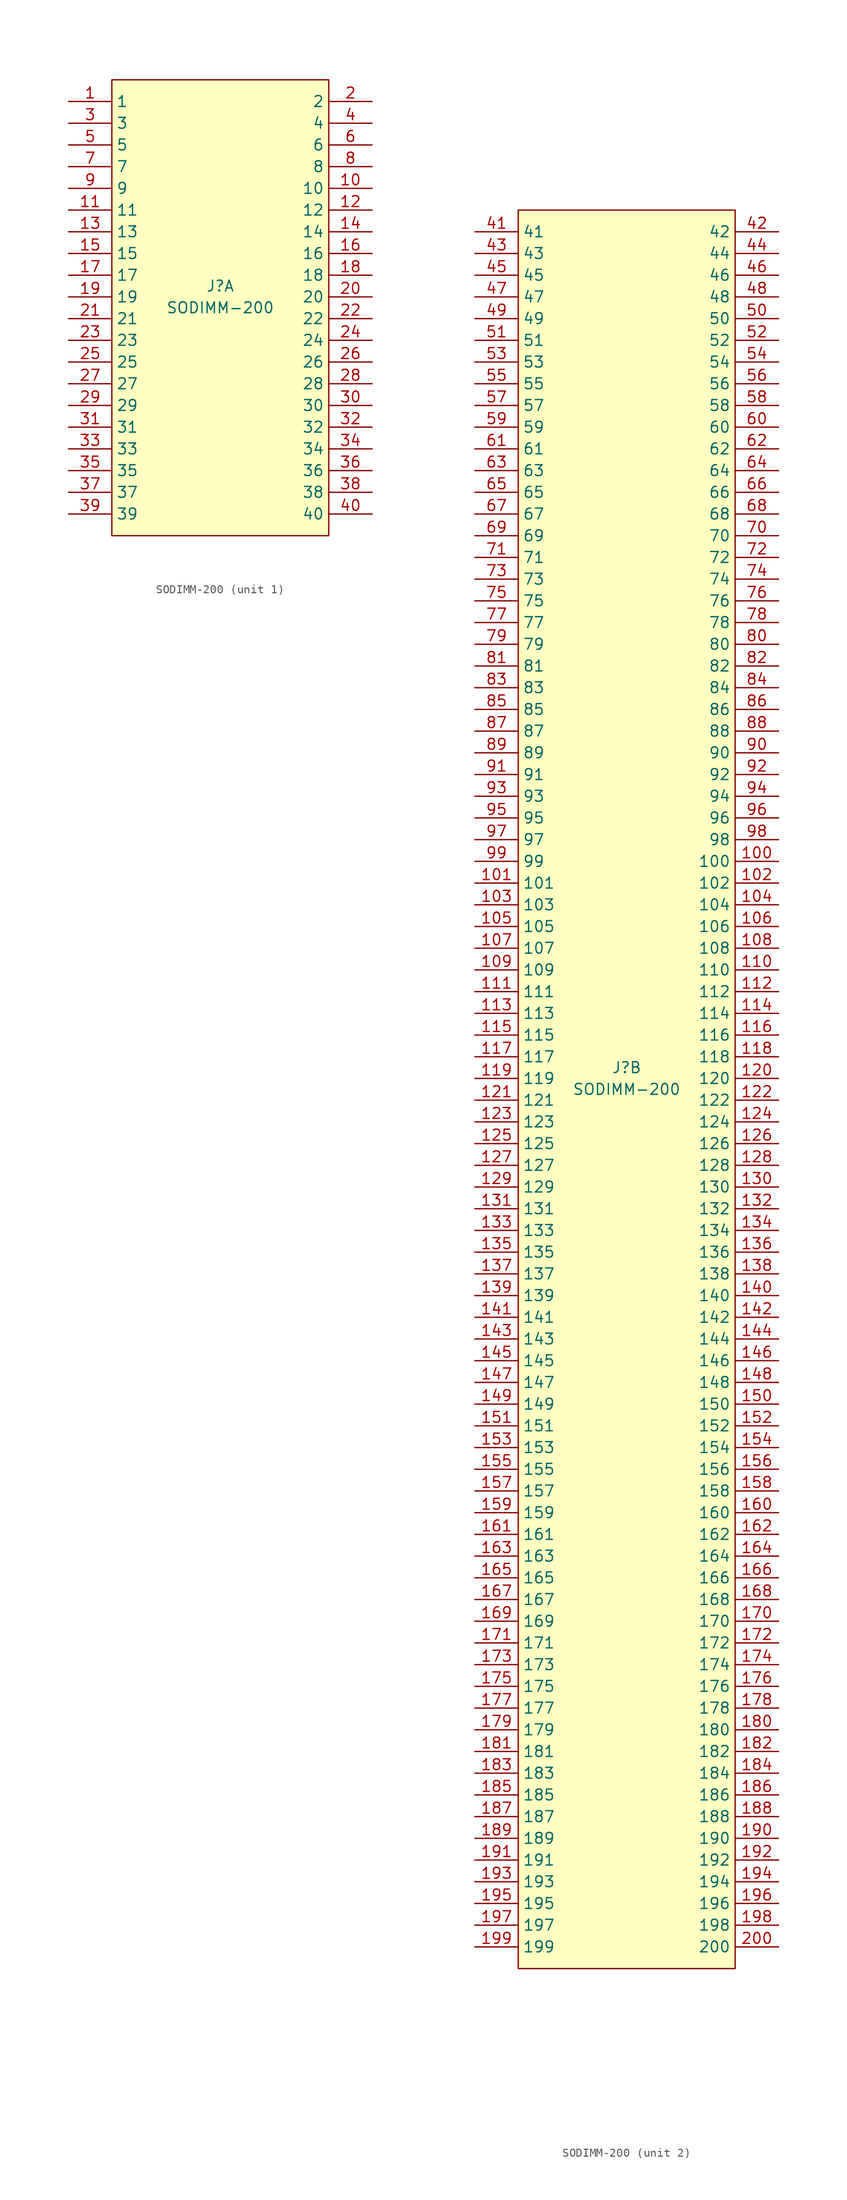
<source format=kicad_sym>
(kicad_symbol_lib
  (version 20211014)
  (generator kicad_symbol_editor)
  (symbol "SODIMM-200"
    (property "Reference" "J"
      (at 0 1.27 0)
      (effects (font (size 1.27 1.27))))
    (property "Value" "SODIMM-200"
      (at 0 -1.27 0)
      (effects (font (size 1.27 1.27))))
    (property "ki_locked" ""
      (at 0 0 0)
      (effects (font (size 1.27 1.27))))
    (symbol "SODIMM-200_1_1"
      (rectangle (start -12.7 25.4) (end 12.7 -27.94) (stroke (width 0) (type default) (color 0 0 0 0)) (fill (type background)))
      (pin passive line (at -17.78 22.86 0) (length 5.08) (name "1" (effects (font (size 1.27 1.27)))) (number "1" (effects (font (size 1.27 1.27)))))
      (pin passive line (at 17.78 12.7 180) (length 5.08) (name "10" (effects (font (size 1.27 1.27)))) (number "10" (effects (font (size 1.27 1.27)))))
      (pin passive line (at -17.78 10.16 0) (length 5.08) (name "11" (effects (font (size 1.27 1.27)))) (number "11" (effects (font (size 1.27 1.27)))))
      (pin passive line (at 17.78 10.16 180) (length 5.08) (name "12" (effects (font (size 1.27 1.27)))) (number "12" (effects (font (size 1.27 1.27)))))
      (pin passive line (at -17.78 7.62 0) (length 5.08) (name "13" (effects (font (size 1.27 1.27)))) (number "13" (effects (font (size 1.27 1.27)))))
      (pin passive line (at 17.78 7.62 180) (length 5.08) (name "14" (effects (font (size 1.27 1.27)))) (number "14" (effects (font (size 1.27 1.27)))))
      (pin passive line (at -17.78 5.08 0) (length 5.08) (name "15" (effects (font (size 1.27 1.27)))) (number "15" (effects (font (size 1.27 1.27)))))
      (pin passive line (at 17.78 5.08 180) (length 5.08) (name "16" (effects (font (size 1.27 1.27)))) (number "16" (effects (font (size 1.27 1.27)))))
      (pin passive line (at -17.78 2.54 0) (length 5.08) (name "17" (effects (font (size 1.27 1.27)))) (number "17" (effects (font (size 1.27 1.27)))))
      (pin passive line (at 17.78 2.54 180) (length 5.08) (name "18" (effects (font (size 1.27 1.27)))) (number "18" (effects (font (size 1.27 1.27)))))
      (pin passive line (at -17.78 0 0) (length 5.08) (name "19" (effects (font (size 1.27 1.27)))) (number "19" (effects (font (size 1.27 1.27)))))
      (pin passive line (at 17.78 22.86 180) (length 5.08) (name "2" (effects (font (size 1.27 1.27)))) (number "2" (effects (font (size 1.27 1.27)))))
      (pin passive line (at 17.78 0 180) (length 5.08) (name "20" (effects (font (size 1.27 1.27)))) (number "20" (effects (font (size 1.27 1.27)))))
      (pin passive line (at -17.78 -2.54 0) (length 5.08) (name "21" (effects (font (size 1.27 1.27)))) (number "21" (effects (font (size 1.27 1.27)))))
      (pin passive line (at 17.78 -2.54 180) (length 5.08) (name "22" (effects (font (size 1.27 1.27)))) (number "22" (effects (font (size 1.27 1.27)))))
      (pin passive line (at -17.78 -5.08 0) (length 5.08) (name "23" (effects (font (size 1.27 1.27)))) (number "23" (effects (font (size 1.27 1.27)))))
      (pin passive line (at 17.78 -5.08 180) (length 5.08) (name "24" (effects (font (size 1.27 1.27)))) (number "24" (effects (font (size 1.27 1.27)))))
      (pin passive line (at -17.78 -7.62 0) (length 5.08) (name "25" (effects (font (size 1.27 1.27)))) (number "25" (effects (font (size 1.27 1.27)))))
      (pin passive line (at 17.78 -7.62 180) (length 5.08) (name "26" (effects (font (size 1.27 1.27)))) (number "26" (effects (font (size 1.27 1.27)))))
      (pin passive line (at -17.78 -10.16 0) (length 5.08) (name "27" (effects (font (size 1.27 1.27)))) (number "27" (effects (font (size 1.27 1.27)))))
      (pin passive line (at 17.78 -10.16 180) (length 5.08) (name "28" (effects (font (size 1.27 1.27)))) (number "28" (effects (font (size 1.27 1.27)))))
      (pin passive line (at -17.78 -12.7 0) (length 5.08) (name "29" (effects (font (size 1.27 1.27)))) (number "29" (effects (font (size 1.27 1.27)))))
      (pin passive line (at -17.78 20.32 0) (length 5.08) (name "3" (effects (font (size 1.27 1.27)))) (number "3" (effects (font (size 1.27 1.27)))))
      (pin passive line (at 17.78 -12.7 180) (length 5.08) (name "30" (effects (font (size 1.27 1.27)))) (number "30" (effects (font (size 1.27 1.27)))))
      (pin passive line (at -17.78 -15.24 0) (length 5.08) (name "31" (effects (font (size 1.27 1.27)))) (number "31" (effects (font (size 1.27 1.27)))))
      (pin passive line (at 17.78 -15.24 180) (length 5.08) (name "32" (effects (font (size 1.27 1.27)))) (number "32" (effects (font (size 1.27 1.27)))))
      (pin passive line (at -17.78 -17.78 0) (length 5.08) (name "33" (effects (font (size 1.27 1.27)))) (number "33" (effects (font (size 1.27 1.27)))))
      (pin passive line (at 17.78 -17.78 180) (length 5.08) (name "34" (effects (font (size 1.27 1.27)))) (number "34" (effects (font (size 1.27 1.27)))))
      (pin passive line (at -17.78 -20.32 0) (length 5.08) (name "35" (effects (font (size 1.27 1.27)))) (number "35" (effects (font (size 1.27 1.27)))))
      (pin passive line (at 17.78 -20.32 180) (length 5.08) (name "36" (effects (font (size 1.27 1.27)))) (number "36" (effects (font (size 1.27 1.27)))))
      (pin passive line (at -17.78 -22.86 0) (length 5.08) (name "37" (effects (font (size 1.27 1.27)))) (number "37" (effects (font (size 1.27 1.27)))))
      (pin passive line (at 17.78 -22.86 180) (length 5.08) (name "38" (effects (font (size 1.27 1.27)))) (number "38" (effects (font (size 1.27 1.27)))))
      (pin passive line (at -17.78 -25.4 0) (length 5.08) (name "39" (effects (font (size 1.27 1.27)))) (number "39" (effects (font (size 1.27 1.27)))))
      (pin passive line (at 17.78 20.32 180) (length 5.08) (name "4" (effects (font (size 1.27 1.27)))) (number "4" (effects (font (size 1.27 1.27)))))
      (pin passive line (at 17.78 -25.4 180) (length 5.08) (name "40" (effects (font (size 1.27 1.27)))) (number "40" (effects (font (size 1.27 1.27)))))
      (pin passive line (at -17.78 17.78 0) (length 5.08) (name "5" (effects (font (size 1.27 1.27)))) (number "5" (effects (font (size 1.27 1.27)))))
      (pin passive line (at 17.78 17.78 180) (length 5.08) (name "6" (effects (font (size 1.27 1.27)))) (number "6" (effects (font (size 1.27 1.27)))))
      (pin passive line (at -17.78 15.24 0) (length 5.08) (name "7" (effects (font (size 1.27 1.27)))) (number "7" (effects (font (size 1.27 1.27)))))
      (pin passive line (at 17.78 15.24 180) (length 5.08) (name "8" (effects (font (size 1.27 1.27)))) (number "8" (effects (font (size 1.27 1.27)))))
      (pin passive line (at -17.78 12.7 0) (length 5.08) (name "9" (effects (font (size 1.27 1.27)))) (number "9" (effects (font (size 1.27 1.27))))))
    (symbol "SODIMM-200_2_1"
      (rectangle (start -12.7 -104.14) (end 12.7 101.6) (stroke (width 0) (type default) (color 0 0 0 0)) (fill (type background)))
      (pin passive line (at 17.78 25.4 180) (length 5.08) (name "100" (effects (font (size 1.27 1.27)))) (number "100" (effects (font (size 1.27 1.27)))))
      (pin passive line (at -17.78 22.86 0) (length 5.08) (name "101" (effects (font (size 1.27 1.27)))) (number "101" (effects (font (size 1.27 1.27)))))
      (pin passive line (at 17.78 22.86 180) (length 5.08) (name "102" (effects (font (size 1.27 1.27)))) (number "102" (effects (font (size 1.27 1.27)))))
      (pin passive line (at -17.78 20.32 0) (length 5.08) (name "103" (effects (font (size 1.27 1.27)))) (number "103" (effects (font (size 1.27 1.27)))))
      (pin passive line (at 17.78 20.32 180) (length 5.08) (name "104" (effects (font (size 1.27 1.27)))) (number "104" (effects (font (size 1.27 1.27)))))
      (pin passive line (at -17.78 17.78 0) (length 5.08) (name "105" (effects (font (size 1.27 1.27)))) (number "105" (effects (font (size 1.27 1.27)))))
      (pin passive line (at 17.78 17.78 180) (length 5.08) (name "106" (effects (font (size 1.27 1.27)))) (number "106" (effects (font (size 1.27 1.27)))))
      (pin passive line (at -17.78 15.24 0) (length 5.08) (name "107" (effects (font (size 1.27 1.27)))) (number "107" (effects (font (size 1.27 1.27)))))
      (pin passive line (at 17.78 15.24 180) (length 5.08) (name "108" (effects (font (size 1.27 1.27)))) (number "108" (effects (font (size 1.27 1.27)))))
      (pin passive line (at -17.78 12.7 0) (length 5.08) (name "109" (effects (font (size 1.27 1.27)))) (number "109" (effects (font (size 1.27 1.27)))))
      (pin passive line (at 17.78 12.7 180) (length 5.08) (name "110" (effects (font (size 1.27 1.27)))) (number "110" (effects (font (size 1.27 1.27)))))
      (pin passive line (at -17.78 10.16 0) (length 5.08) (name "111" (effects (font (size 1.27 1.27)))) (number "111" (effects (font (size 1.27 1.27)))))
      (pin passive line (at 17.78 10.16 180) (length 5.08) (name "112" (effects (font (size 1.27 1.27)))) (number "112" (effects (font (size 1.27 1.27)))))
      (pin passive line (at -17.78 7.62 0) (length 5.08) (name "113" (effects (font (size 1.27 1.27)))) (number "113" (effects (font (size 1.27 1.27)))))
      (pin passive line (at 17.78 7.62 180) (length 5.08) (name "114" (effects (font (size 1.27 1.27)))) (number "114" (effects (font (size 1.27 1.27)))))
      (pin passive line (at -17.78 5.08 0) (length 5.08) (name "115" (effects (font (size 1.27 1.27)))) (number "115" (effects (font (size 1.27 1.27)))))
      (pin passive line (at 17.78 5.08 180) (length 5.08) (name "116" (effects (font (size 1.27 1.27)))) (number "116" (effects (font (size 1.27 1.27)))))
      (pin passive line (at -17.78 2.54 0) (length 5.08) (name "117" (effects (font (size 1.27 1.27)))) (number "117" (effects (font (size 1.27 1.27)))))
      (pin passive line (at 17.78 2.54 180) (length 5.08) (name "118" (effects (font (size 1.27 1.27)))) (number "118" (effects (font (size 1.27 1.27)))))
      (pin passive line (at -17.78 0 0) (length 5.08) (name "119" (effects (font (size 1.27 1.27)))) (number "119" (effects (font (size 1.27 1.27)))))
      (pin passive line (at 17.78 0 180) (length 5.08) (name "120" (effects (font (size 1.27 1.27)))) (number "120" (effects (font (size 1.27 1.27)))))
      (pin passive line (at -17.78 -2.54 0) (length 5.08) (name "121" (effects (font (size 1.27 1.27)))) (number "121" (effects (font (size 1.27 1.27)))))
      (pin passive line (at 17.78 -2.54 180) (length 5.08) (name "122" (effects (font (size 1.27 1.27)))) (number "122" (effects (font (size 1.27 1.27)))))
      (pin passive line (at -17.78 -5.08 0) (length 5.08) (name "123" (effects (font (size 1.27 1.27)))) (number "123" (effects (font (size 1.27 1.27)))))
      (pin passive line (at 17.78 -5.08 180) (length 5.08) (name "124" (effects (font (size 1.27 1.27)))) (number "124" (effects (font (size 1.27 1.27)))))
      (pin passive line (at -17.78 -7.62 0) (length 5.08) (name "125" (effects (font (size 1.27 1.27)))) (number "125" (effects (font (size 1.27 1.27)))))
      (pin passive line (at 17.78 -7.62 180) (length 5.08) (name "126" (effects (font (size 1.27 1.27)))) (number "126" (effects (font (size 1.27 1.27)))))
      (pin passive line (at -17.78 -10.16 0) (length 5.08) (name "127" (effects (font (size 1.27 1.27)))) (number "127" (effects (font (size 1.27 1.27)))))
      (pin passive line (at 17.78 -10.16 180) (length 5.08) (name "128" (effects (font (size 1.27 1.27)))) (number "128" (effects (font (size 1.27 1.27)))))
      (pin passive line (at -17.78 -12.7 0) (length 5.08) (name "129" (effects (font (size 1.27 1.27)))) (number "129" (effects (font (size 1.27 1.27)))))
      (pin passive line (at 17.78 -12.7 180) (length 5.08) (name "130" (effects (font (size 1.27 1.27)))) (number "130" (effects (font (size 1.27 1.27)))))
      (pin passive line (at -17.78 -15.24 0) (length 5.08) (name "131" (effects (font (size 1.27 1.27)))) (number "131" (effects (font (size 1.27 1.27)))))
      (pin passive line (at 17.78 -15.24 180) (length 5.08) (name "132" (effects (font (size 1.27 1.27)))) (number "132" (effects (font (size 1.27 1.27)))))
      (pin passive line (at -17.78 -17.78 0) (length 5.08) (name "133" (effects (font (size 1.27 1.27)))) (number "133" (effects (font (size 1.27 1.27)))))
      (pin passive line (at 17.78 -17.78 180) (length 5.08) (name "134" (effects (font (size 1.27 1.27)))) (number "134" (effects (font (size 1.27 1.27)))))
      (pin passive line (at -17.78 -20.32 0) (length 5.08) (name "135" (effects (font (size 1.27 1.27)))) (number "135" (effects (font (size 1.27 1.27)))))
      (pin passive line (at 17.78 -20.32 180) (length 5.08) (name "136" (effects (font (size 1.27 1.27)))) (number "136" (effects (font (size 1.27 1.27)))))
      (pin passive line (at -17.78 -22.86 0) (length 5.08) (name "137" (effects (font (size 1.27 1.27)))) (number "137" (effects (font (size 1.27 1.27)))))
      (pin passive line (at 17.78 -22.86 180) (length 5.08) (name "138" (effects (font (size 1.27 1.27)))) (number "138" (effects (font (size 1.27 1.27)))))
      (pin passive line (at -17.78 -25.4 0) (length 5.08) (name "139" (effects (font (size 1.27 1.27)))) (number "139" (effects (font (size 1.27 1.27)))))
      (pin passive line (at 17.78 -25.4 180) (length 5.08) (name "140" (effects (font (size 1.27 1.27)))) (number "140" (effects (font (size 1.27 1.27)))))
      (pin passive line (at -17.78 -27.94 0) (length 5.08) (name "141" (effects (font (size 1.27 1.27)))) (number "141" (effects (font (size 1.27 1.27)))))
      (pin passive line (at 17.78 -27.94 180) (length 5.08) (name "142" (effects (font (size 1.27 1.27)))) (number "142" (effects (font (size 1.27 1.27)))))
      (pin passive line (at -17.78 -30.48 0) (length 5.08) (name "143" (effects (font (size 1.27 1.27)))) (number "143" (effects (font (size 1.27 1.27)))))
      (pin passive line (at 17.78 -30.48 180) (length 5.08) (name "144" (effects (font (size 1.27 1.27)))) (number "144" (effects (font (size 1.27 1.27)))))
      (pin passive line (at -17.78 -33.02 0) (length 5.08) (name "145" (effects (font (size 1.27 1.27)))) (number "145" (effects (font (size 1.27 1.27)))))
      (pin passive line (at 17.78 -33.02 180) (length 5.08) (name "146" (effects (font (size 1.27 1.27)))) (number "146" (effects (font (size 1.27 1.27)))))
      (pin passive line (at -17.78 -35.56 0) (length 5.08) (name "147" (effects (font (size 1.27 1.27)))) (number "147" (effects (font (size 1.27 1.27)))))
      (pin passive line (at 17.78 -35.56 180) (length 5.08) (name "148" (effects (font (size 1.27 1.27)))) (number "148" (effects (font (size 1.27 1.27)))))
      (pin passive line (at -17.78 -38.1 0) (length 5.08) (name "149" (effects (font (size 1.27 1.27)))) (number "149" (effects (font (size 1.27 1.27)))))
      (pin passive line (at 17.78 -38.1 180) (length 5.08) (name "150" (effects (font (size 1.27 1.27)))) (number "150" (effects (font (size 1.27 1.27)))))
      (pin passive line (at -17.78 -40.64 0) (length 5.08) (name "151" (effects (font (size 1.27 1.27)))) (number "151" (effects (font (size 1.27 1.27)))))
      (pin passive line (at 17.78 -40.64 180) (length 5.08) (name "152" (effects (font (size 1.27 1.27)))) (number "152" (effects (font (size 1.27 1.27)))))
      (pin passive line (at -17.78 -43.18 0) (length 5.08) (name "153" (effects (font (size 1.27 1.27)))) (number "153" (effects (font (size 1.27 1.27)))))
      (pin passive line (at 17.78 -43.18 180) (length 5.08) (name "154" (effects (font (size 1.27 1.27)))) (number "154" (effects (font (size 1.27 1.27)))))
      (pin passive line (at -17.78 -45.72 0) (length 5.08) (name "155" (effects (font (size 1.27 1.27)))) (number "155" (effects (font (size 1.27 1.27)))))
      (pin passive line (at 17.78 -45.72 180) (length 5.08) (name "156" (effects (font (size 1.27 1.27)))) (number "156" (effects (font (size 1.27 1.27)))))
      (pin passive line (at -17.78 -48.26 0) (length 5.08) (name "157" (effects (font (size 1.27 1.27)))) (number "157" (effects (font (size 1.27 1.27)))))
      (pin passive line (at 17.78 -48.26 180) (length 5.08) (name "158" (effects (font (size 1.27 1.27)))) (number "158" (effects (font (size 1.27 1.27)))))
      (pin passive line (at -17.78 -50.8 0) (length 5.08) (name "159" (effects (font (size 1.27 1.27)))) (number "159" (effects (font (size 1.27 1.27)))))
      (pin passive line (at 17.78 -50.8 180) (length 5.08) (name "160" (effects (font (size 1.27 1.27)))) (number "160" (effects (font (size 1.27 1.27)))))
      (pin passive line (at -17.78 -53.34 0) (length 5.08) (name "161" (effects (font (size 1.27 1.27)))) (number "161" (effects (font (size 1.27 1.27)))))
      (pin passive line (at 17.78 -53.34 180) (length 5.08) (name "162" (effects (font (size 1.27 1.27)))) (number "162" (effects (font (size 1.27 1.27)))))
      (pin passive line (at -17.78 -55.88 0) (length 5.08) (name "163" (effects (font (size 1.27 1.27)))) (number "163" (effects (font (size 1.27 1.27)))))
      (pin passive line (at 17.78 -55.88 180) (length 5.08) (name "164" (effects (font (size 1.27 1.27)))) (number "164" (effects (font (size 1.27 1.27)))))
      (pin passive line (at -17.78 -58.42 0) (length 5.08) (name "165" (effects (font (size 1.27 1.27)))) (number "165" (effects (font (size 1.27 1.27)))))
      (pin passive line (at 17.78 -58.42 180) (length 5.08) (name "166" (effects (font (size 1.27 1.27)))) (number "166" (effects (font (size 1.27 1.27)))))
      (pin passive line (at -17.78 -60.96 0) (length 5.08) (name "167" (effects (font (size 1.27 1.27)))) (number "167" (effects (font (size 1.27 1.27)))))
      (pin passive line (at 17.78 -60.96 180) (length 5.08) (name "168" (effects (font (size 1.27 1.27)))) (number "168" (effects (font (size 1.27 1.27)))))
      (pin passive line (at -17.78 -63.5 0) (length 5.08) (name "169" (effects (font (size 1.27 1.27)))) (number "169" (effects (font (size 1.27 1.27)))))
      (pin passive line (at 17.78 -63.5 180) (length 5.08) (name "170" (effects (font (size 1.27 1.27)))) (number "170" (effects (font (size 1.27 1.27)))))
      (pin passive line (at -17.78 -66.04 0) (length 5.08) (name "171" (effects (font (size 1.27 1.27)))) (number "171" (effects (font (size 1.27 1.27)))))
      (pin passive line (at 17.78 -66.04 180) (length 5.08) (name "172" (effects (font (size 1.27 1.27)))) (number "172" (effects (font (size 1.27 1.27)))))
      (pin passive line (at -17.78 -68.58 0) (length 5.08) (name "173" (effects (font (size 1.27 1.27)))) (number "173" (effects (font (size 1.27 1.27)))))
      (pin passive line (at 17.78 -68.58 180) (length 5.08) (name "174" (effects (font (size 1.27 1.27)))) (number "174" (effects (font (size 1.27 1.27)))))
      (pin passive line (at -17.78 -71.12 0) (length 5.08) (name "175" (effects (font (size 1.27 1.27)))) (number "175" (effects (font (size 1.27 1.27)))))
      (pin passive line (at 17.78 -71.12 180) (length 5.08) (name "176" (effects (font (size 1.27 1.27)))) (number "176" (effects (font (size 1.27 1.27)))))
      (pin passive line (at -17.78 -73.66 0) (length 5.08) (name "177" (effects (font (size 1.27 1.27)))) (number "177" (effects (font (size 1.27 1.27)))))
      (pin passive line (at 17.78 -73.66 180) (length 5.08) (name "178" (effects (font (size 1.27 1.27)))) (number "178" (effects (font (size 1.27 1.27)))))
      (pin passive line (at -17.78 -76.2 0) (length 5.08) (name "179" (effects (font (size 1.27 1.27)))) (number "179" (effects (font (size 1.27 1.27)))))
      (pin passive line (at 17.78 -76.2 180) (length 5.08) (name "180" (effects (font (size 1.27 1.27)))) (number "180" (effects (font (size 1.27 1.27)))))
      (pin passive line (at -17.78 -78.74 0) (length 5.08) (name "181" (effects (font (size 1.27 1.27)))) (number "181" (effects (font (size 1.27 1.27)))))
      (pin passive line (at 17.78 -78.74 180) (length 5.08) (name "182" (effects (font (size 1.27 1.27)))) (number "182" (effects (font (size 1.27 1.27)))))
      (pin passive line (at -17.78 -81.28 0) (length 5.08) (name "183" (effects (font (size 1.27 1.27)))) (number "183" (effects (font (size 1.27 1.27)))))
      (pin passive line (at 17.78 -81.28 180) (length 5.08) (name "184" (effects (font (size 1.27 1.27)))) (number "184" (effects (font (size 1.27 1.27)))))
      (pin passive line (at -17.78 -83.82 0) (length 5.08) (name "185" (effects (font (size 1.27 1.27)))) (number "185" (effects (font (size 1.27 1.27)))))
      (pin passive line (at 17.78 -83.82 180) (length 5.08) (name "186" (effects (font (size 1.27 1.27)))) (number "186" (effects (font (size 1.27 1.27)))))
      (pin passive line (at -17.78 -86.36 0) (length 5.08) (name "187" (effects (font (size 1.27 1.27)))) (number "187" (effects (font (size 1.27 1.27)))))
      (pin passive line (at 17.78 -86.36 180) (length 5.08) (name "188" (effects (font (size 1.27 1.27)))) (number "188" (effects (font (size 1.27 1.27)))))
      (pin passive line (at -17.78 -88.9 0) (length 5.08) (name "189" (effects (font (size 1.27 1.27)))) (number "189" (effects (font (size 1.27 1.27)))))
      (pin passive line (at 17.78 -88.9 180) (length 5.08) (name "190" (effects (font (size 1.27 1.27)))) (number "190" (effects (font (size 1.27 1.27)))))
      (pin passive line (at -17.78 -91.44 0) (length 5.08) (name "191" (effects (font (size 1.27 1.27)))) (number "191" (effects (font (size 1.27 1.27)))))
      (pin passive line (at 17.78 -91.44 180) (length 5.08) (name "192" (effects (font (size 1.27 1.27)))) (number "192" (effects (font (size 1.27 1.27)))))
      (pin passive line (at -17.78 -93.98 0) (length 5.08) (name "193" (effects (font (size 1.27 1.27)))) (number "193" (effects (font (size 1.27 1.27)))))
      (pin passive line (at 17.78 -93.98 180) (length 5.08) (name "194" (effects (font (size 1.27 1.27)))) (number "194" (effects (font (size 1.27 1.27)))))
      (pin passive line (at -17.78 -96.52 0) (length 5.08) (name "195" (effects (font (size 1.27 1.27)))) (number "195" (effects (font (size 1.27 1.27)))))
      (pin passive line (at 17.78 -96.52 180) (length 5.08) (name "196" (effects (font (size 1.27 1.27)))) (number "196" (effects (font (size 1.27 1.27)))))
      (pin passive line (at -17.78 -99.06 0) (length 5.08) (name "197" (effects (font (size 1.27 1.27)))) (number "197" (effects (font (size 1.27 1.27)))))
      (pin passive line (at 17.78 -99.06 180) (length 5.08) (name "198" (effects (font (size 1.27 1.27)))) (number "198" (effects (font (size 1.27 1.27)))))
      (pin passive line (at -17.78 -101.6 0) (length 5.08) (name "199" (effects (font (size 1.27 1.27)))) (number "199" (effects (font (size 1.27 1.27)))))
      (pin passive line (at 17.78 -101.6 180) (length 5.08) (name "200" (effects (font (size 1.27 1.27)))) (number "200" (effects (font (size 1.27 1.27)))))
      (pin passive line (at -17.78 99.06 0) (length 5.08) (name "41" (effects (font (size 1.27 1.27)))) (number "41" (effects (font (size 1.27 1.27)))))
      (pin passive line (at 17.78 99.06 180) (length 5.08) (name "42" (effects (font (size 1.27 1.27)))) (number "42" (effects (font (size 1.27 1.27)))))
      (pin passive line (at -17.78 96.52 0) (length 5.08) (name "43" (effects (font (size 1.27 1.27)))) (number "43" (effects (font (size 1.27 1.27)))))
      (pin passive line (at 17.78 96.52 180) (length 5.08) (name "44" (effects (font (size 1.27 1.27)))) (number "44" (effects (font (size 1.27 1.27)))))
      (pin passive line (at -17.78 93.98 0) (length 5.08) (name "45" (effects (font (size 1.27 1.27)))) (number "45" (effects (font (size 1.27 1.27)))))
      (pin passive line (at 17.78 93.98 180) (length 5.08) (name "46" (effects (font (size 1.27 1.27)))) (number "46" (effects (font (size 1.27 1.27)))))
      (pin passive line (at -17.78 91.44 0) (length 5.08) (name "47" (effects (font (size 1.27 1.27)))) (number "47" (effects (font (size 1.27 1.27)))))
      (pin passive line (at 17.78 91.44 180) (length 5.08) (name "48" (effects (font (size 1.27 1.27)))) (number "48" (effects (font (size 1.27 1.27)))))
      (pin passive line (at -17.78 88.9 0) (length 5.08) (name "49" (effects (font (size 1.27 1.27)))) (number "49" (effects (font (size 1.27 1.27)))))
      (pin passive line (at 17.78 88.9 180) (length 5.08) (name "50" (effects (font (size 1.27 1.27)))) (number "50" (effects (font (size 1.27 1.27)))))
      (pin passive line (at -17.78 86.36 0) (length 5.08) (name "51" (effects (font (size 1.27 1.27)))) (number "51" (effects (font (size 1.27 1.27)))))
      (pin passive line (at 17.78 86.36 180) (length 5.08) (name "52" (effects (font (size 1.27 1.27)))) (number "52" (effects (font (size 1.27 1.27)))))
      (pin passive line (at -17.78 83.82 0) (length 5.08) (name "53" (effects (font (size 1.27 1.27)))) (number "53" (effects (font (size 1.27 1.27)))))
      (pin passive line (at 17.78 83.82 180) (length 5.08) (name "54" (effects (font (size 1.27 1.27)))) (number "54" (effects (font (size 1.27 1.27)))))
      (pin passive line (at -17.78 81.28 0) (length 5.08) (name "55" (effects (font (size 1.27 1.27)))) (number "55" (effects (font (size 1.27 1.27)))))
      (pin passive line (at 17.78 81.28 180) (length 5.08) (name "56" (effects (font (size 1.27 1.27)))) (number "56" (effects (font (size 1.27 1.27)))))
      (pin passive line (at -17.78 78.74 0) (length 5.08) (name "57" (effects (font (size 1.27 1.27)))) (number "57" (effects (font (size 1.27 1.27)))))
      (pin passive line (at 17.78 78.74 180) (length 5.08) (name "58" (effects (font (size 1.27 1.27)))) (number "58" (effects (font (size 1.27 1.27)))))
      (pin passive line (at -17.78 76.2 0) (length 5.08) (name "59" (effects (font (size 1.27 1.27)))) (number "59" (effects (font (size 1.27 1.27)))))
      (pin passive line (at 17.78 76.2 180) (length 5.08) (name "60" (effects (font (size 1.27 1.27)))) (number "60" (effects (font (size 1.27 1.27)))))
      (pin passive line (at -17.78 73.66 0) (length 5.08) (name "61" (effects (font (size 1.27 1.27)))) (number "61" (effects (font (size 1.27 1.27)))))
      (pin passive line (at 17.78 73.66 180) (length 5.08) (name "62" (effects (font (size 1.27 1.27)))) (number "62" (effects (font (size 1.27 1.27)))))
      (pin passive line (at -17.78 71.12 0) (length 5.08) (name "63" (effects (font (size 1.27 1.27)))) (number "63" (effects (font (size 1.27 1.27)))))
      (pin passive line (at 17.78 71.12 180) (length 5.08) (name "64" (effects (font (size 1.27 1.27)))) (number "64" (effects (font (size 1.27 1.27)))))
      (pin passive line (at -17.78 68.58 0) (length 5.08) (name "65" (effects (font (size 1.27 1.27)))) (number "65" (effects (font (size 1.27 1.27)))))
      (pin passive line (at 17.78 68.58 180) (length 5.08) (name "66" (effects (font (size 1.27 1.27)))) (number "66" (effects (font (size 1.27 1.27)))))
      (pin passive line (at -17.78 66.04 0) (length 5.08) (name "67" (effects (font (size 1.27 1.27)))) (number "67" (effects (font (size 1.27 1.27)))))
      (pin passive line (at 17.78 66.04 180) (length 5.08) (name "68" (effects (font (size 1.27 1.27)))) (number "68" (effects (font (size 1.27 1.27)))))
      (pin passive line (at -17.78 63.5 0) (length 5.08) (name "69" (effects (font (size 1.27 1.27)))) (number "69" (effects (font (size 1.27 1.27)))))
      (pin passive line (at 17.78 63.5 180) (length 5.08) (name "70" (effects (font (size 1.27 1.27)))) (number "70" (effects (font (size 1.27 1.27)))))
      (pin passive line (at -17.78 60.96 0) (length 5.08) (name "71" (effects (font (size 1.27 1.27)))) (number "71" (effects (font (size 1.27 1.27)))))
      (pin passive line (at 17.78 60.96 180) (length 5.08) (name "72" (effects (font (size 1.27 1.27)))) (number "72" (effects (font (size 1.27 1.27)))))
      (pin passive line (at -17.78 58.42 0) (length 5.08) (name "73" (effects (font (size 1.27 1.27)))) (number "73" (effects (font (size 1.27 1.27)))))
      (pin passive line (at 17.78 58.42 180) (length 5.08) (name "74" (effects (font (size 1.27 1.27)))) (number "74" (effects (font (size 1.27 1.27)))))
      (pin passive line (at -17.78 55.88 0) (length 5.08) (name "75" (effects (font (size 1.27 1.27)))) (number "75" (effects (font (size 1.27 1.27)))))
      (pin passive line (at 17.78 55.88 180) (length 5.08) (name "76" (effects (font (size 1.27 1.27)))) (number "76" (effects (font (size 1.27 1.27)))))
      (pin passive line (at -17.78 53.34 0) (length 5.08) (name "77" (effects (font (size 1.27 1.27)))) (number "77" (effects (font (size 1.27 1.27)))))
      (pin passive line (at 17.78 53.34 180) (length 5.08) (name "78" (effects (font (size 1.27 1.27)))) (number "78" (effects (font (size 1.27 1.27)))))
      (pin passive line (at -17.78 50.8 0) (length 5.08) (name "79" (effects (font (size 1.27 1.27)))) (number "79" (effects (font (size 1.27 1.27)))))
      (pin passive line (at 17.78 50.8 180) (length 5.08) (name "80" (effects (font (size 1.27 1.27)))) (number "80" (effects (font (size 1.27 1.27)))))
      (pin passive line (at -17.78 48.26 0) (length 5.08) (name "81" (effects (font (size 1.27 1.27)))) (number "81" (effects (font (size 1.27 1.27)))))
      (pin passive line (at 17.78 48.26 180) (length 5.08) (name "82" (effects (font (size 1.27 1.27)))) (number "82" (effects (font (size 1.27 1.27)))))
      (pin passive line (at -17.78 45.72 0) (length 5.08) (name "83" (effects (font (size 1.27 1.27)))) (number "83" (effects (font (size 1.27 1.27)))))
      (pin passive line (at 17.78 45.72 180) (length 5.08) (name "84" (effects (font (size 1.27 1.27)))) (number "84" (effects (font (size 1.27 1.27)))))
      (pin passive line (at -17.78 43.18 0) (length 5.08) (name "85" (effects (font (size 1.27 1.27)))) (number "85" (effects (font (size 1.27 1.27)))))
      (pin passive line (at 17.78 43.18 180) (length 5.08) (name "86" (effects (font (size 1.27 1.27)))) (number "86" (effects (font (size 1.27 1.27)))))
      (pin passive line (at -17.78 40.64 0) (length 5.08) (name "87" (effects (font (size 1.27 1.27)))) (number "87" (effects (font (size 1.27 1.27)))))
      (pin passive line (at 17.78 40.64 180) (length 5.08) (name "88" (effects (font (size 1.27 1.27)))) (number "88" (effects (font (size 1.27 1.27)))))
      (pin passive line (at -17.78 38.1 0) (length 5.08) (name "89" (effects (font (size 1.27 1.27)))) (number "89" (effects (font (size 1.27 1.27)))))
      (pin passive line (at 17.78 38.1 180) (length 5.08) (name "90" (effects (font (size 1.27 1.27)))) (number "90" (effects (font (size 1.27 1.27)))))
      (pin passive line (at -17.78 35.56 0) (length 5.08) (name "91" (effects (font (size 1.27 1.27)))) (number "91" (effects (font (size 1.27 1.27)))))
      (pin passive line (at 17.78 35.56 180) (length 5.08) (name "92" (effects (font (size 1.27 1.27)))) (number "92" (effects (font (size 1.27 1.27)))))
      (pin passive line (at -17.78 33.02 0) (length 5.08) (name "93" (effects (font (size 1.27 1.27)))) (number "93" (effects (font (size 1.27 1.27)))))
      (pin passive line (at 17.78 33.02 180) (length 5.08) (name "94" (effects (font (size 1.27 1.27)))) (number "94" (effects (font (size 1.27 1.27)))))
      (pin passive line (at -17.78 30.48 0) (length 5.08) (name "95" (effects (font (size 1.27 1.27)))) (number "95" (effects (font (size 1.27 1.27)))))
      (pin passive line (at 17.78 30.48 180) (length 5.08) (name "96" (effects (font (size 1.27 1.27)))) (number "96" (effects (font (size 1.27 1.27)))))
      (pin passive line (at -17.78 27.94 0) (length 5.08) (name "97" (effects (font (size 1.27 1.27)))) (number "97" (effects (font (size 1.27 1.27)))))
      (pin passive line (at 17.78 27.94 180) (length 5.08) (name "98" (effects (font (size 1.27 1.27)))) (number "98" (effects (font (size 1.27 1.27)))))
      (pin passive line (at -17.78 25.4 0) (length 5.08) (name "99" (effects (font (size 1.27 1.27)))) (number "99" (effects (font (size 1.27 1.27))))))))
</source>
